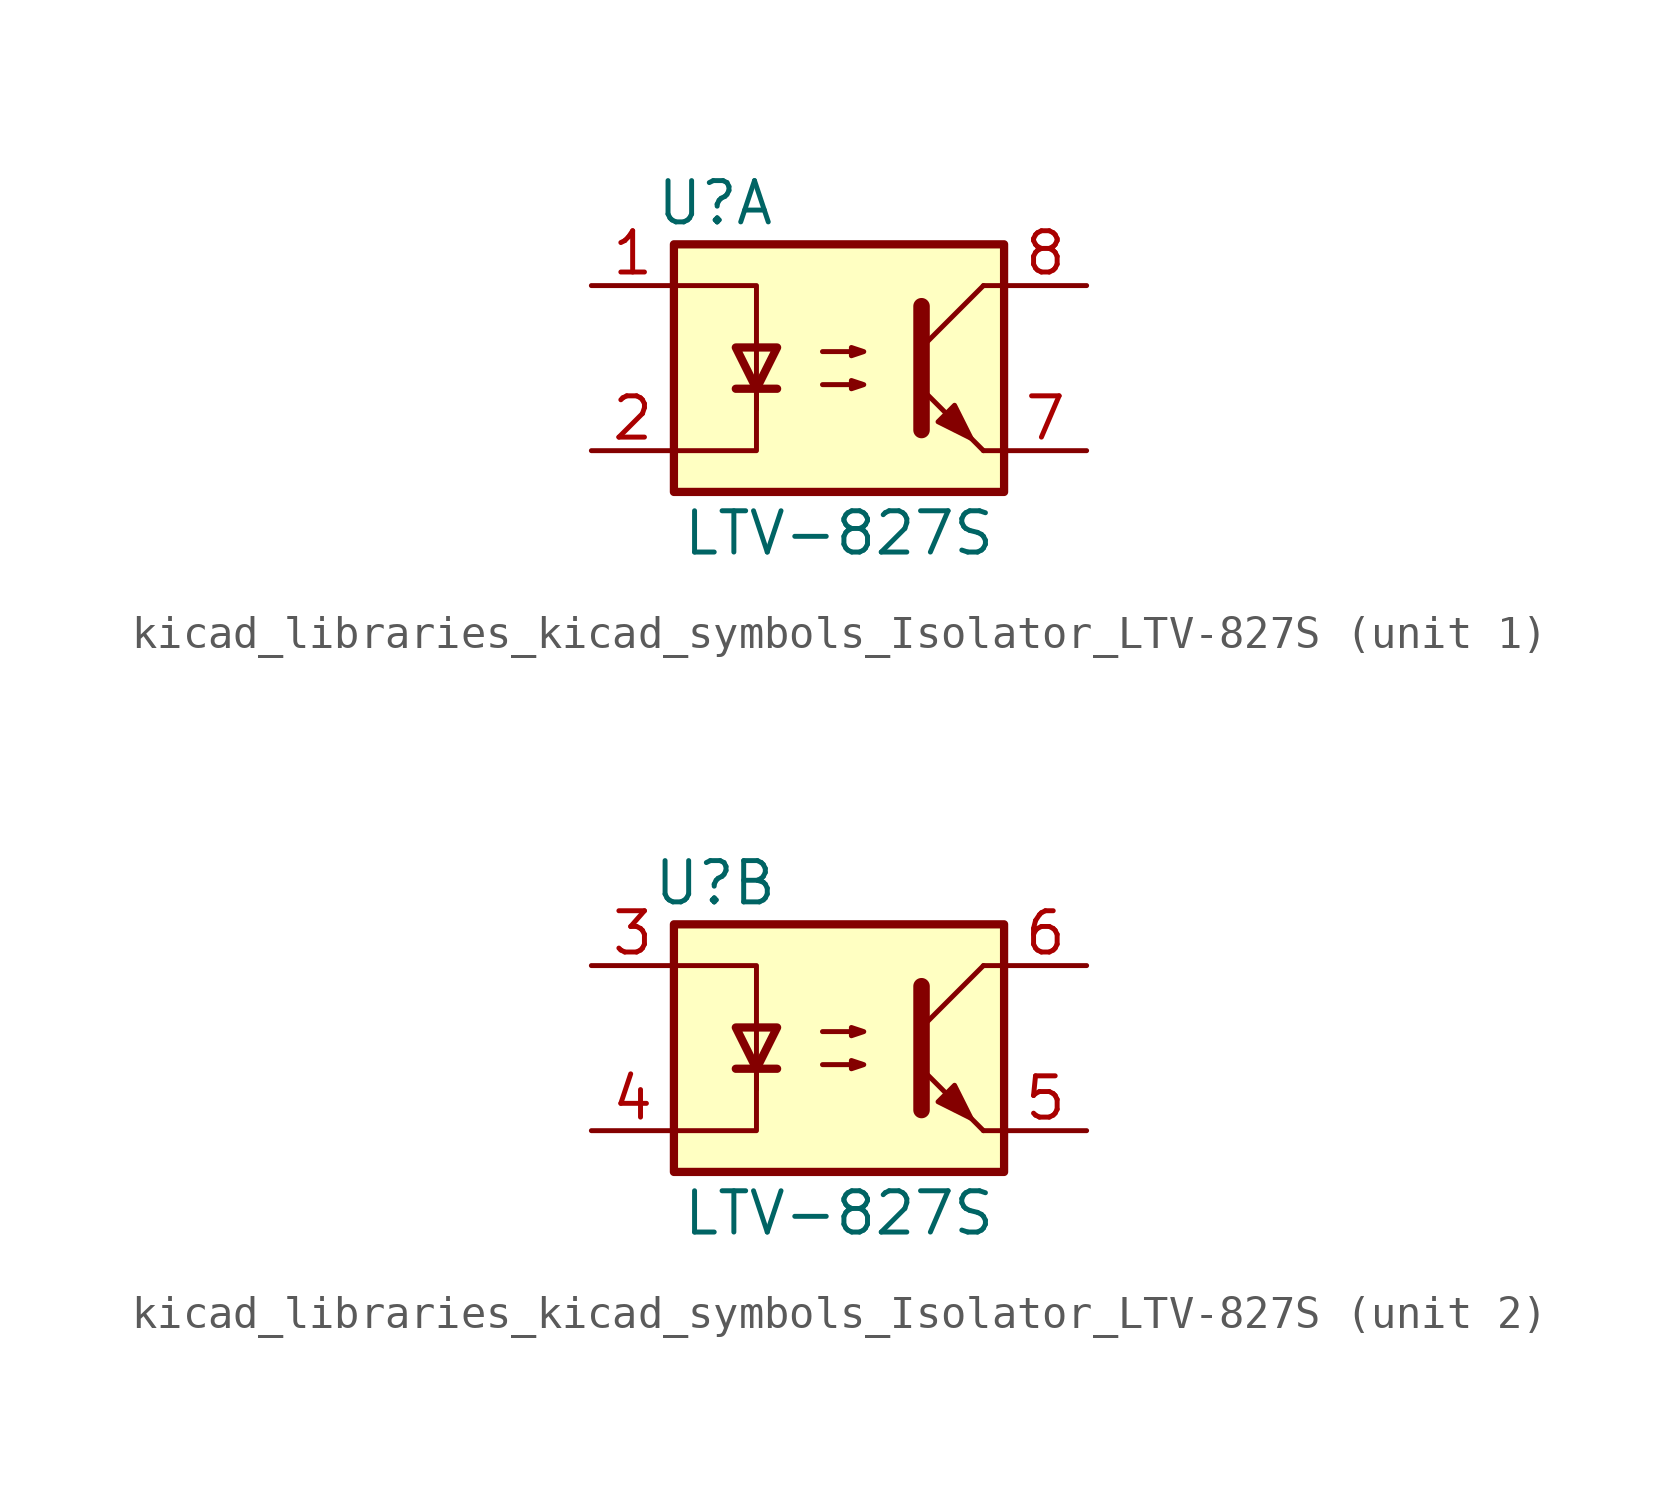
<source format=kicad_sym>
(kicad_symbol_lib
  (version 20220914)
  (generator kicad_symbol_editor)
  (symbol "kicad_libraries_kicad_symbols_Isolator_LTV-827S"
    (pin_names
      (offset 1.016))
    (property "Reference" "U"
      (at -3.81 5.08 0)
      (effects (font (size 1.27 1.27))))
    (property "Value" "LTV-827S"
      (at 0 -5.08 0)
      (effects (font (size 1.27 1.27))))
    (symbol "kicad_libraries_kicad_symbols_Isolator_LTV-827S_0_1"
      (rectangle (start -5.08 3.81) (end 5.08 -3.81) (stroke (width 0.254) (type default)) (fill (type background)))
      (polyline (pts (xy -3.175 -0.635) (xy -1.905 -0.635)) (stroke (width 0.254) (type default)) (fill (type none)))
      (polyline (pts (xy 2.54 0.635) (xy 4.445 2.54)) (stroke (width 0) (type default)) (fill (type none)))
      (polyline (pts (xy 4.445 -2.54) (xy 2.54 -0.635)) (stroke (width 0) (type default)) (fill (type outline)))
      (polyline (pts (xy 4.445 -2.54) (xy 5.08 -2.54)) (stroke (width 0) (type default)) (fill (type none)))
      (polyline (pts (xy 4.445 2.54) (xy 5.08 2.54)) (stroke (width 0) (type default)) (fill (type none)))
      (polyline (pts (xy -2.54 -0.635) (xy -2.54 -2.54) (xy -5.08 -2.54)) (stroke (width 0) (type default)) (fill (type none)))
      (polyline (pts (xy 2.54 1.905) (xy 2.54 -1.905) (xy 2.54 -1.905)) (stroke (width 0.508) (type default)) (fill (type none)))
      (polyline (pts (xy -5.08 2.54) (xy -2.54 2.54) (xy -2.54 -1.27) (xy -2.54 0.635)) (stroke (width 0) (type default)) (fill (type none)))
      (polyline (pts (xy -2.54 -0.635) (xy -3.175 0.635) (xy -1.905 0.635) (xy -2.54 -0.635)) (stroke (width 0.254) (type default)) (fill (type none)))
      (polyline (pts (xy -0.508 -0.508) (xy 0.762 -0.508) (xy 0.381 -0.635) (xy 0.381 -0.381) (xy 0.762 -0.508)) (stroke (width 0) (type default)) (fill (type none)))
      (polyline (pts (xy -0.508 0.508) (xy 0.762 0.508) (xy 0.381 0.381) (xy 0.381 0.635) (xy 0.762 0.508)) (stroke (width 0) (type default)) (fill (type none)))
      (polyline (pts (xy 3.048 -1.651) (xy 3.556 -1.143) (xy 4.064 -2.159) (xy 3.048 -1.651) (xy 3.048 -1.651)) (stroke (width 0) (type default)) (fill (type outline))))
    (symbol "kicad_libraries_kicad_symbols_Isolator_LTV-827S_1_1"
      (pin passive line (at -7.62 2.54 0) (length 2.54) (name "~" (effects (font (size 1.27 1.27)))) (number "1" (effects (font (size 1.27 1.27)))))
      (pin passive line (at -7.62 -2.54 0) (length 2.54) (name "~" (effects (font (size 1.27 1.27)))) (number "2" (effects (font (size 1.27 1.27)))))
      (pin passive line (at 7.62 -2.54 180) (length 2.54) (name "~" (effects (font (size 1.27 1.27)))) (number "7" (effects (font (size 1.27 1.27)))))
      (pin passive line (at 7.62 2.54 180) (length 2.54) (name "~" (effects (font (size 1.27 1.27)))) (number "8" (effects (font (size 1.27 1.27))))))
    (symbol "kicad_libraries_kicad_symbols_Isolator_LTV-827S_2_1"
      (pin passive line (at -7.62 2.54 0) (length 2.54) (name "~" (effects (font (size 1.27 1.27)))) (number "3" (effects (font (size 1.27 1.27)))))
      (pin passive line (at -7.62 -2.54 0) (length 2.54) (name "~" (effects (font (size 1.27 1.27)))) (number "4" (effects (font (size 1.27 1.27)))))
      (pin passive line (at 7.62 -2.54 180) (length 2.54) (name "~" (effects (font (size 1.27 1.27)))) (number "5" (effects (font (size 1.27 1.27)))))
      (pin passive line (at 7.62 2.54 180) (length 2.54) (name "~" (effects (font (size 1.27 1.27)))) (number "6" (effects (font (size 1.27 1.27))))))))
</source>
